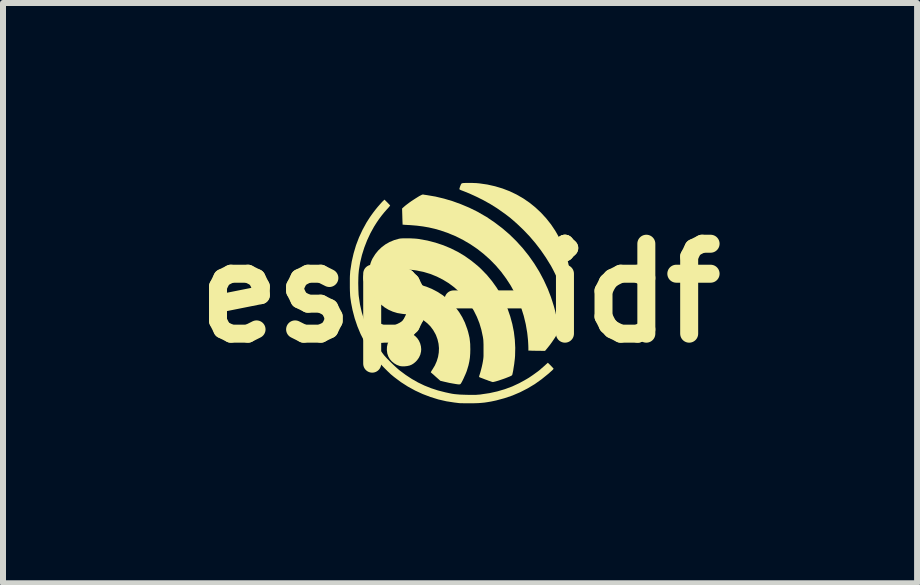
<source format=kicad_pcb>
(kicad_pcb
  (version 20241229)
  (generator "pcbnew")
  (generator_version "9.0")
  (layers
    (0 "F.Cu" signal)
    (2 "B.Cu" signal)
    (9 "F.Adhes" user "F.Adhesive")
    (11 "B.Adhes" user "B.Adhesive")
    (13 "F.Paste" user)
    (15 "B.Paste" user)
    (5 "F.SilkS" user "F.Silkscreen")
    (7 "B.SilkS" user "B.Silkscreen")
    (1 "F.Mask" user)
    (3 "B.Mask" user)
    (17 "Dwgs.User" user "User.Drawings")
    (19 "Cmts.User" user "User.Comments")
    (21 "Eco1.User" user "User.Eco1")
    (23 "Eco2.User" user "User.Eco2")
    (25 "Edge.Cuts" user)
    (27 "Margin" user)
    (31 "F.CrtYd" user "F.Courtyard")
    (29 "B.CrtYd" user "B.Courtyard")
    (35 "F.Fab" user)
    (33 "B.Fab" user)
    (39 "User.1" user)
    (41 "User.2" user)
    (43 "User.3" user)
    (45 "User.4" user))
  (footprint "esp-idf"
    (layer "F.Cu")
    (at 4.621 1.836)
    (property "Reference" "esp-idf" (at 0 0 0) (layer "F.SilkS") (effects (font (size 1.5 1.5) (thickness 0.3))))
    (attr board_only exclude_from_pos_files exclude_from_bom)
    (fp_poly (pts (xy -0.89 0.655) (xy -0.849 0.663) (xy -0.812 0.676) (xy -0.776 0.697) (xy -0.749 0.717) (xy -0.714 0.752) (xy -0.686 0.793) (xy -0.665 0.839) (xy -0.652 0.888) (xy -0.647 0.938) (xy -0.65 0.977) (xy -0.662 1.028) (xy -0.684 1.076) (xy -0.714 1.119) (xy -0.737 1.144) (xy -0.771 1.173) (xy -0.804 1.194) (xy -0.84 1.209) (xy -0.88 1.218) (xy -0.926 1.223) (xy -0.927 1.223) (xy -0.96 1.223) (xy -0.985 1.221) (xy -1.005 1.217) (xy -1.054 1.199) (xy -1.098 1.173) (xy -1.137 1.141) (xy -1.17 1.103) (xy -1.195 1.06) (xy -1.211 1.014) (xy -1.213 1.006) (xy -1.22 0.95) (xy -1.218 0.897) (xy -1.207 0.846) (xy -1.186 0.799) (xy -1.155 0.755) (xy -1.142 0.74) (xy -1.117 0.716) (xy -1.093 0.697) (xy -1.066 0.682) (xy -1.034 0.667) (xy -1.031 0.666) (xy -1.015 0.661) (xy -1.001 0.657) (xy -0.985 0.655) (xy -0.965 0.653) (xy -0.938 0.653)) (stroke (width 0) (type solid)) (fill yes) (layer "F.SilkS"))
    (fp_poly (pts (xy 0.193 -1.836) (xy 0.231 -1.834) (xy 0.268 -1.833) (xy 0.302 -1.83) (xy 0.323 -1.828) (xy 0.455 -1.809) (xy 0.584 -1.78) (xy 0.708 -1.743) (xy 0.828 -1.697) (xy 0.943 -1.642) (xy 1.054 -1.578) (xy 1.159 -1.506) (xy 1.259 -1.425) (xy 1.35 -1.34) (xy 1.438 -1.244) (xy 1.518 -1.143) (xy 1.589 -1.037) (xy 1.653 -0.925) (xy 1.707 -0.81) (xy 1.753 -0.69) (xy 1.79 -0.567) (xy 1.817 -0.441) (xy 1.828 -0.37) (xy 1.83 -0.35) (xy 1.832 -0.324) (xy 1.834 -0.293) (xy 1.835 -0.258) (xy 1.837 -0.221) (xy 1.838 -0.184) (xy 1.839 -0.147) (xy 1.839 -0.112) (xy 1.839 -0.081) (xy 1.839 -0.055) (xy 1.838 -0.036) (xy 1.837 -0.024) (xy 1.837 -0.022) (xy 1.83 -0.018) (xy 1.817 -0.012) (xy 1.798 -0.004) (xy 1.782 0.002) (xy 1.731 0.019) (xy 1.712 -0.032) (xy 1.692 -0.084) (xy 1.668 -0.142) (xy 1.642 -0.202) (xy 1.613 -0.264) (xy 1.584 -0.324) (xy 1.556 -0.38) (xy 1.529 -0.431) (xy 1.514 -0.458) (xy 1.433 -0.589) (xy 1.348 -0.713) (xy 1.258 -0.83) (xy 1.162 -0.943) (xy 1.059 -1.051) (xy 0.948 -1.157) (xy 0.84 -1.251) (xy 0.817 -1.269) (xy 0.787 -1.292) (xy 0.753 -1.318) (xy 0.716 -1.344) (xy 0.679 -1.37) (xy 0.644 -1.395) (xy 0.613 -1.416) (xy 0.61 -1.418) (xy 0.504 -1.484) (xy 0.391 -1.547) (xy 0.275 -1.605) (xy 0.157 -1.659) (xy 0.068 -1.695) (xy 0.039 -1.706) (xy 0.018 -1.714) (xy 0.005 -1.72) (xy -0.004 -1.725) (xy -0.008 -1.729) (xy -0.01 -1.734) (xy -0.01 -1.737) (xy -0.008 -1.747) (xy -0.003 -1.762) (xy 0.003 -1.781) (xy 0.005 -1.785) (xy 0.013 -1.806) (xy 0.021 -1.82) (xy 0.029 -1.828) (xy 0.032 -1.829) (xy 0.043 -1.832) (xy 0.063 -1.834) (xy 0.089 -1.835) (xy 0.12 -1.836) (xy 0.156 -1.836)) (stroke (width 0) (type solid)) (fill yes) (layer "F.SilkS"))
    (fp_poly (pts (xy -0.609 -1.641) (xy -0.593 -1.638) (xy -0.571 -1.635) (xy -0.55 -1.632) (xy -0.409 -1.608) (xy -0.267 -1.574) (xy -0.125 -1.532) (xy 0.015 -1.481) (xy 0.153 -1.423) (xy 0.286 -1.358) (xy 0.413 -1.285) (xy 0.443 -1.268) (xy 0.577 -1.177) (xy 0.705 -1.08) (xy 0.826 -0.976) (xy 0.94 -0.864) (xy 1.047 -0.746) (xy 1.146 -0.622) (xy 1.237 -0.493) (xy 1.321 -0.357) (xy 1.396 -0.216) (xy 1.463 -0.07) (xy 1.514 0.062) (xy 1.526 0.098) (xy 1.539 0.137) (xy 1.552 0.179) (xy 1.565 0.22) (xy 1.576 0.26) (xy 1.585 0.294) (xy 1.592 0.322) (xy 1.593 0.324) (xy 1.597 0.345) (xy 1.603 0.371) (xy 1.609 0.397) (xy 1.61 0.403) (xy 1.615 0.427) (xy 1.621 0.456) (xy 1.626 0.487) (xy 1.632 0.52) (xy 1.637 0.551) (xy 1.641 0.578) (xy 1.644 0.6) (xy 1.645 0.615) (xy 1.645 0.617) (xy 1.643 0.633) (xy 1.635 0.654) (xy 1.622 0.68) (xy 1.603 0.713) (xy 1.578 0.753) (xy 1.577 0.754) (xy 1.538 0.812) (xy 1.502 0.862) (xy 1.465 0.909) (xy 1.451 0.926) (xy 1.418 0.965) (xy 1.313 0.964) (xy 1.279 0.964) (xy 1.246 0.963) (xy 1.216 0.963) (xy 1.192 0.962) (xy 1.175 0.961) (xy 1.174 0.961) (xy 1.14 0.96) (xy 1.14 0.919) (xy 1.139 0.881) (xy 1.137 0.837) (xy 1.134 0.789) (xy 1.129 0.739) (xy 1.124 0.692) (xy 1.12 0.659) (xy 1.096 0.519) (xy 1.063 0.382) (xy 1.021 0.248) (xy 0.97 0.119) (xy 0.91 -0.007) (xy 0.843 -0.128) (xy 0.768 -0.243) (xy 0.686 -0.354) (xy 0.596 -0.459) (xy 0.5 -0.557) (xy 0.397 -0.649) (xy 0.288 -0.735) (xy 0.173 -0.813) (xy 0.052 -0.884) (xy -0.073 -0.947) (xy -0.204 -1.001) (xy -0.328 -1.044) (xy -0.424 -1.071) (xy -0.52 -1.093) (xy -0.618 -1.11) (xy -0.72 -1.123) (xy -0.828 -1.132) (xy -0.871 -1.134) (xy -0.899 -1.136) (xy -0.923 -1.137) (xy -0.942 -1.139) (xy -0.954 -1.14) (xy -0.957 -1.14) (xy -0.958 -1.146) (xy -0.958 -1.16) (xy -0.959 -1.181) (xy -0.96 -1.209) (xy -0.961 -1.241) (xy -0.962 -1.276) (xy -0.966 -1.409) (xy -0.954 -1.42) (xy -0.933 -1.439) (xy -0.907 -1.461) (xy -0.877 -1.484) (xy -0.845 -1.508) (xy -0.811 -1.532) (xy -0.776 -1.555) (xy -0.742 -1.577) (xy -0.71 -1.597) (xy -0.681 -1.615) (xy -0.656 -1.628) (xy -0.636 -1.638) (xy -0.622 -1.642) (xy -0.618 -1.643)) (stroke (width 0) (type solid)) (fill yes) (layer "F.SilkS"))
    (fp_poly (pts (xy -1.212 -1.51) (xy -1.195 -1.492) (xy -1.18 -1.477) (xy -1.17 -1.465) (xy -1.165 -1.459) (xy -1.165 -1.459) (xy -1.168 -1.454) (xy -1.177 -1.443) (xy -1.19 -1.427) (xy -1.206 -1.409) (xy -1.214 -1.401) (xy -1.265 -1.343) (xy -1.31 -1.287) (xy -1.352 -1.231) (xy -1.392 -1.172) (xy -1.432 -1.109) (xy -1.494 -0.997) (xy -1.549 -0.879) (xy -1.596 -0.758) (xy -1.635 -0.634) (xy -1.665 -0.509) (xy -1.686 -0.384) (xy -1.69 -0.343) (xy -1.693 -0.307) (xy -1.695 -0.264) (xy -1.696 -0.216) (xy -1.697 -0.164) (xy -1.696 -0.112) (xy -1.695 -0.061) (xy -1.693 -0.014) (xy -1.691 0.028) (xy -1.688 0.056) (xy -1.668 0.191) (xy -1.638 0.322) (xy -1.598 0.451) (xy -1.549 0.577) (xy -1.491 0.699) (xy -1.424 0.817) (xy -1.348 0.931) (xy -1.264 1.041) (xy -1.256 1.05) (xy -1.236 1.072) (xy -1.211 1.099) (xy -1.181 1.129) (xy -1.149 1.161) (xy -1.116 1.193) (xy -1.083 1.224) (xy -1.052 1.252) (xy -1.026 1.275) (xy -1.008 1.29) (xy -0.906 1.366) (xy -0.804 1.433) (xy -0.7 1.492) (xy -0.594 1.543) (xy -0.484 1.587) (xy -0.368 1.625) (xy -0.246 1.656) (xy -0.172 1.672) (xy -0.132 1.68) (xy -0.09 1.686) (xy -0.047 1.69) (xy 0.000478 1.694) (xy 0.054 1.696) (xy 0.115 1.698) (xy 0.122 1.698) (xy 0.166 1.699) (xy 0.203 1.699) (xy 0.233 1.699) (xy 0.259 1.699) (xy 0.283 1.697) (xy 0.308 1.695) (xy 0.335 1.693) (xy 0.354 1.69) (xy 0.49 1.67) (xy 0.621 1.641) (xy 0.747 1.604) (xy 0.869 1.559) (xy 0.987 1.504) (xy 1.103 1.44) (xy 1.125 1.427) (xy 1.15 1.412) (xy 1.178 1.393) (xy 1.209 1.372) (xy 1.24 1.35) (xy 1.27 1.328) (xy 1.298 1.308) (xy 1.321 1.29) (xy 1.338 1.276) (xy 1.343 1.272) (xy 1.352 1.263) (xy 1.366 1.251) (xy 1.373 1.246) (xy 1.387 1.233) (xy 1.405 1.217) (xy 1.418 1.206) (xy 1.432 1.192) (xy 1.446 1.18) (xy 1.454 1.173) (xy 1.465 1.163) (xy 1.513 1.21) (xy 1.53 1.228) (xy 1.545 1.244) (xy 1.555 1.255) (xy 1.56 1.262) (xy 1.56 1.263) (xy 1.557 1.268) (xy 1.549 1.278) (xy 1.534 1.293) (xy 1.512 1.312) (xy 1.484 1.338) (xy 1.472 1.348) (xy 1.362 1.437) (xy 1.247 1.519) (xy 1.127 1.591) (xy 1.002 1.655) (xy 0.873 1.71) (xy 0.739 1.755) (xy 0.602 1.792) (xy 0.517 1.81) (xy 0.463 1.819) (xy 0.411 1.827) (xy 0.36 1.832) (xy 0.308 1.836) (xy 0.252 1.838) (xy 0.19 1.839) (xy 0.15 1.839) (xy 0.112 1.839) (xy 0.077 1.839) (xy 0.045 1.838) (xy 0.019 1.838) (xy -0.000265 1.837) (xy -0.011 1.837) (xy -0.013 1.837) (xy -0.023 1.835) (xy -0.041 1.833) (xy -0.064 1.83) (xy -0.09 1.827) (xy -0.09 1.827) (xy -0.226 1.806) (xy -0.361 1.775) (xy -0.493 1.734) (xy -0.622 1.685) (xy -0.748 1.627) (xy -0.87 1.56) (xy -0.987 1.485) (xy -1.099 1.401) (xy -1.14 1.367) (xy -1.157 1.353) (xy -1.178 1.332) (xy -1.204 1.308) (xy -1.232 1.28) (xy -1.261 1.251) (xy -1.289 1.222) (xy -1.315 1.195) (xy -1.338 1.171) (xy -1.356 1.151) (xy -1.358 1.149) (xy -1.445 1.041) (xy -1.524 0.927) (xy -1.595 0.808) (xy -1.658 0.684) (xy -1.711 0.556) (xy -1.756 0.423) (xy -1.792 0.286) (xy -1.807 0.211) (xy -1.816 0.164) (xy -1.822 0.122) (xy -1.828 0.083) (xy -1.832 0.045) (xy -1.834 0.005) (xy -1.836 -0.039) (xy -1.837 -0.088) (xy -1.837 -0.145) (xy -1.837 -0.15) (xy -1.837 -0.202) (xy -1.837 -0.246) (xy -1.836 -0.283) (xy -1.834 -0.314) (xy -1.832 -0.343) (xy -1.83 -0.369) (xy -1.828 -0.38) (xy -1.806 -0.523) (xy -1.774 -0.662) (xy -1.734 -0.797) (xy -1.684 -0.928) (xy -1.625 -1.055) (xy -1.557 -1.179) (xy -1.503 -1.263) (xy -1.475 -1.303) (xy -1.443 -1.347) (xy -1.409 -1.391) (xy -1.374 -1.434) (xy -1.34 -1.473) (xy -1.309 -1.508) (xy -1.288 -1.53) (xy -1.26 -1.557)) (stroke (width 0) (type solid)) (fill yes) (layer "F.SilkS"))
    (fp_poly (pts (xy -0.845 -0.912) (xy -0.802 -0.91) (xy -0.761 -0.908) (xy -0.723 -0.905) (xy -0.689 -0.901) (xy -0.685 -0.9) (xy -0.545 -0.875) (xy -0.41 -0.84) (xy -0.28 -0.797) (xy -0.155 -0.745) (xy -0.035 -0.685) (xy 0.08 -0.616) (xy 0.19 -0.538) (xy 0.296 -0.452) (xy 0.357 -0.395) (xy 0.45 -0.299) (xy 0.535 -0.196) (xy 0.612 -0.088) (xy 0.681 0.025) (xy 0.742 0.142) (xy 0.794 0.264) (xy 0.837 0.389) (xy 0.872 0.517) (xy 0.898 0.647) (xy 0.914 0.779) (xy 0.921 0.913) (xy 0.918 1.048) (xy 0.915 1.088) (xy 0.912 1.115) (xy 0.908 1.147) (xy 0.904 1.183) (xy 0.898 1.22) (xy 0.892 1.257) (xy 0.887 1.291) (xy 0.881 1.321) (xy 0.876 1.344) (xy 0.874 1.354) (xy 0.871 1.364) (xy 0.867 1.371) (xy 0.86 1.377) (xy 0.849 1.383) (xy 0.832 1.391) (xy 0.817 1.397) (xy 0.787 1.409) (xy 0.754 1.422) (xy 0.718 1.435) (xy 0.682 1.447) (xy 0.647 1.459) (xy 0.614 1.469) (xy 0.586 1.477) (xy 0.564 1.482) (xy 0.549 1.485) (xy 0.546 1.485) (xy 0.539 1.483) (xy 0.524 1.479) (xy 0.503 1.471) (xy 0.477 1.463) (xy 0.45 1.452) (xy 0.421 1.442) (xy 0.393 1.431) (xy 0.367 1.421) (xy 0.345 1.413) (xy 0.329 1.406) (xy 0.32 1.402) (xy 0.319 1.401) (xy 0.318 1.395) (xy 0.321 1.382) (xy 0.326 1.364) (xy 0.328 1.36) (xy 0.339 1.323) (xy 0.351 1.279) (xy 0.363 1.232) (xy 0.374 1.182) (xy 0.381 1.145) (xy 0.384 1.125) (xy 0.387 1.107) (xy 0.389 1.089) (xy 0.391 1.069) (xy 0.392 1.045) (xy 0.392 1.017) (xy 0.392 0.982) (xy 0.392 0.94) (xy 0.392 0.896) (xy 0.392 0.861) (xy 0.391 0.833) (xy 0.39 0.809) (xy 0.389 0.788) (xy 0.387 0.769) (xy 0.384 0.749) (xy 0.381 0.73) (xy 0.356 0.613) (xy 0.323 0.502) (xy 0.281 0.397) (xy 0.231 0.296) (xy 0.172 0.2) (xy 0.104 0.108) (xy 0.027 0.021) (xy -0.013 -0.02) (xy -0.098 -0.096) (xy -0.189 -0.164) (xy -0.286 -0.223) (xy -0.387 -0.274) (xy -0.493 -0.317) (xy -0.603 -0.35) (xy -0.717 -0.374) (xy -0.755 -0.38) (xy -0.806 -0.386) (xy -0.851 -0.389) (xy -0.889 -0.389) (xy -0.92 -0.386) (xy -0.936 -0.382) (xy -0.962 -0.368) (xy -0.983 -0.347) (xy -0.998 -0.321) (xy -1.005 -0.292) (xy -1.005 -0.284) (xy -1.002 -0.253) (xy -0.992 -0.227) (xy -0.977 -0.208) (xy -0.965 -0.196) (xy -0.952 -0.188) (xy -0.937 -0.181) (xy -0.918 -0.176) (xy -0.894 -0.172) (xy -0.861 -0.168) (xy -0.853 -0.167) (xy -0.812 -0.163) (xy -0.778 -0.159) (xy -0.75 -0.154) (xy -0.723 -0.149) (xy -0.696 -0.144) (xy -0.666 -0.137) (xy -0.66 -0.135) (xy -0.562 -0.106) (xy -0.469 -0.068) (xy -0.379 -0.021) (xy -0.294 0.033) (xy -0.215 0.095) (xy -0.141 0.163) (xy -0.075 0.238) (xy -0.015 0.318) (xy 0.037 0.403) (xy 0.081 0.493) (xy 0.116 0.588) (xy 0.117 0.589) (xy 0.135 0.648) (xy 0.148 0.701) (xy 0.159 0.75) (xy 0.165 0.8) (xy 0.17 0.851) (xy 0.171 0.908) (xy 0.172 0.938) (xy 0.17 1.012) (xy 0.165 1.079) (xy 0.155 1.143) (xy 0.141 1.207) (xy 0.121 1.273) (xy 0.112 1.302) (xy 0.102 1.328) (xy 0.089 1.359) (xy 0.074 1.392) (xy 0.059 1.426) (xy 0.044 1.457) (xy 0.03 1.484) (xy 0.018 1.504) (xy 0.018 1.504) (xy 0.013 1.512) (xy 0.007 1.518) (xy 0.000084 1.522) (xy -0.01 1.524) (xy -0.024 1.524) (xy -0.043 1.522) (xy -0.07 1.518) (xy -0.105 1.512) (xy -0.106 1.512) (xy -0.139 1.506) (xy -0.178 1.499) (xy -0.217 1.49) (xy -0.252 1.482) (xy -0.253 1.482) (xy -0.328 1.464) (xy -0.405 1.396) (xy -0.428 1.375) (xy -0.449 1.356) (xy -0.467 1.341) (xy -0.479 1.33) (xy -0.486 1.325) (xy -0.486 1.324) (xy -0.486 1.319) (xy -0.48 1.308) (xy -0.471 1.292) (xy -0.46 1.276) (xy -0.419 1.208) (xy -0.388 1.137) (xy -0.366 1.065) (xy -0.354 0.992) (xy -0.351 0.919) (xy -0.358 0.846) (xy -0.375 0.773) (xy -0.401 0.702) (xy -0.411 0.682) (xy -0.448 0.617) (xy -0.493 0.557) (xy -0.546 0.504) (xy -0.605 0.458) (xy -0.669 0.419) (xy -0.739 0.389) (xy -0.756 0.383) (xy -0.772 0.378) (xy -0.787 0.373) (xy -0.803 0.369) (xy -0.82 0.366) (xy -0.841 0.363) (xy -0.866 0.359) (xy -0.897 0.355) (xy -0.936 0.351) (xy -0.968 0.347) (xy -1.046 0.334) (xy -1.121 0.311) (xy -1.191 0.28) (xy -1.256 0.241) (xy -1.316 0.194) (xy -1.37 0.141) (xy -1.417 0.081) (xy -1.457 0.015) (xy -1.489 -0.057) (xy -1.513 -0.133) (xy -1.518 -0.154) (xy -1.521 -0.171) (xy -1.523 -0.187) (xy -1.525 -0.204) (xy -1.525 -0.225) (xy -1.524 -0.253) (xy -1.524 -0.27) (xy -1.52 -0.327) (xy -1.514 -0.384) (xy -1.506 -0.436) (xy -1.496 -0.482) (xy -1.489 -0.505) (xy -1.482 -0.524) (xy -1.472 -0.548) (xy -1.46 -0.573) (xy -1.454 -0.583) (xy -1.412 -0.65) (xy -1.362 -0.711) (xy -1.305 -0.765) (xy -1.242 -0.812) (xy -1.173 -0.851) (xy -1.098 -0.882) (xy -1.017 -0.905) (xy -1.012 -0.906) (xy -0.991 -0.909) (xy -0.962 -0.911) (xy -0.927 -0.912) (xy -0.887 -0.912)) (stroke (width 0) (type solid)) (fill yes) (layer "F.SilkS")))
  (gr_rect
    (start -3 -3)
    (end 12.243 6.676)
    (stroke (width 0.1) (type default))
    (fill no)
    (layer "Edge.Cuts")))
</source>
